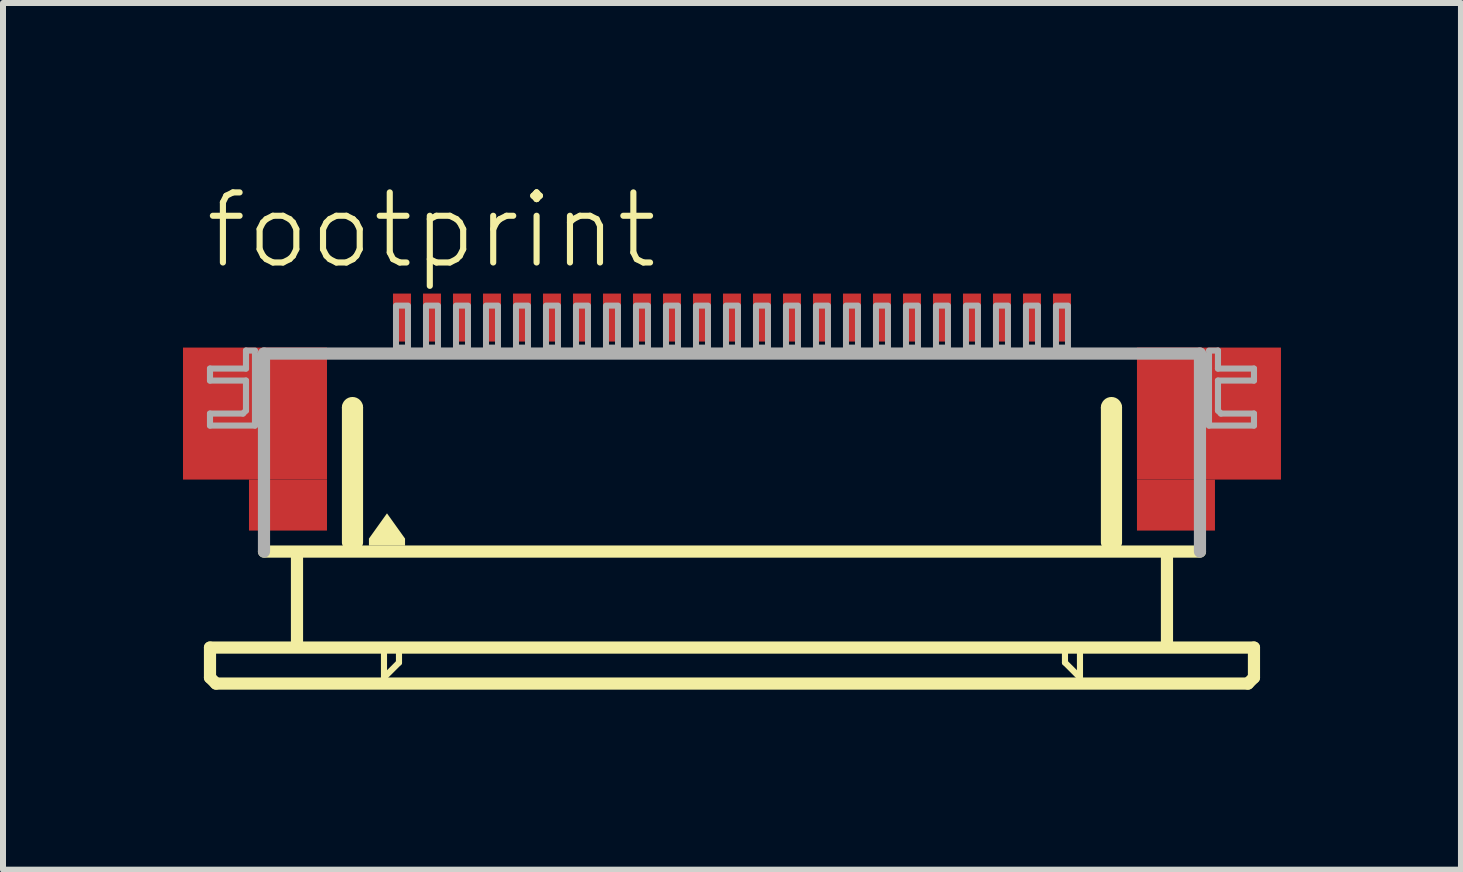
<source format=kicad_pcb>
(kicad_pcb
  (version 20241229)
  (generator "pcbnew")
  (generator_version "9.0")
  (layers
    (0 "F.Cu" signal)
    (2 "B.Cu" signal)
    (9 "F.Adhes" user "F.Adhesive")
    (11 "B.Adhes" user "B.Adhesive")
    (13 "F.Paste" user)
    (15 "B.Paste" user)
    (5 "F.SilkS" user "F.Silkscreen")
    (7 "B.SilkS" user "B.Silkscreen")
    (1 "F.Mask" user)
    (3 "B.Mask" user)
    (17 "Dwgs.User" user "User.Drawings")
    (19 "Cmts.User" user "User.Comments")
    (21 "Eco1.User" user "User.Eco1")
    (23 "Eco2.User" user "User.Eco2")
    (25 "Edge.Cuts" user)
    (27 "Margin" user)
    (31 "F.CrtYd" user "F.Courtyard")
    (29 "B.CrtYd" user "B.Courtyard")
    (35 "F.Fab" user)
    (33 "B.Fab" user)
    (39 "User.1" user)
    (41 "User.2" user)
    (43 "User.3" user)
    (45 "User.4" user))
  (footprint "footprint"
    (layer "F.Cu")
    (at 9.15 4.743)
    (property "Reference" "footprint" (at -8.83 -3.27 0) (layer "F.SilkS") (effects (font (size 1.168 1.168) (thickness 0.102)) (justify left bottom)))
    (fp_poly (pts (xy -9.15 0.2) (xy -6.75 0.2) (xy -6.75 -2) (xy -9.15 -2)) (stroke (width 0) (type solid)) (fill yes) (layer "F.Cu"))
    (fp_poly (pts (xy -8.05 1.05) (xy -6.75 1.05) (xy -6.75 0.2) (xy -8.05 0.2)) (stroke (width 0) (type solid)) (fill yes) (layer "F.Cu"))
    (fp_poly (pts (xy 6.75 0.2) (xy 9.15 0.2) (xy 9.15 -2) (xy 6.75 -2)) (stroke (width 0) (type solid)) (fill yes) (layer "F.Cu"))
    (fp_poly (pts (xy 6.75 1.05) (xy 8.05 1.05) (xy 8.05 0.2) (xy 6.75 0.2)) (stroke (width 0) (type solid)) (fill yes) (layer "F.Cu"))
    (fp_poly (pts (xy -9.15 0.2) (xy -8 0.2) (xy -8 -2) (xy -9.15 -2)) (stroke (width 0) (type solid)) (fill yes) (layer "F.Mask"))
    (fp_poly (pts (xy -8.05 1.05) (xy -6.75 1.05) (xy -6.75 -2) (xy -8.05 -2)) (stroke (width 0) (type solid)) (fill yes) (layer "F.Mask"))
    (fp_poly (pts (xy 8.05 -2) (xy 6.75 -2) (xy 6.75 1.05) (xy 8.05 1.05)) (stroke (width 0) (type solid)) (fill yes) (layer "F.Mask"))
    (fp_poly (pts (xy 9.15 -2) (xy 8 -2) (xy 8 0.2) (xy 9.15 0.2)) (stroke (width 0) (type solid)) (fill yes) (layer "F.Mask"))
    (fp_line (start -8.7 3) (end -8.7 3.5) (stroke (width 0.203) (type solid)) (layer "F.SilkS"))
    (fp_line (start -8.7 3.5) (end -8.6 3.6) (stroke (width 0.203) (type solid)) (layer "F.SilkS"))
    (fp_line (start -8.6 3.6) (end 8.6 3.6) (stroke (width 0.203) (type solid)) (layer "F.SilkS"))
    (fp_line (start -7.25 1.5) (end -7.25 2.9) (stroke (width 0.203) (type solid)) (layer "F.SilkS"))
    (fp_line (start -6.4 1.25) (end -6.4 -1) (stroke (width 0.203) (type solid)) (layer "F.SilkS"))
    (fp_line (start -6.25 -1) (end -6.25 1.25) (stroke (width 0.203) (type solid)) (layer "F.SilkS"))
    (fp_line (start -5.8 3.1) (end -5.8 3.5) (stroke (width 0.102) (type solid)) (layer "F.SilkS"))
    (fp_line (start -5.8 3.5) (end -5.55 3.25) (stroke (width 0.102) (type solid)) (layer "F.SilkS"))
    (fp_line (start -5.55 3.25) (end -5.55 3.1) (stroke (width 0.102) (type solid)) (layer "F.SilkS"))
    (fp_line (start 5.55 3.1) (end 5.55 3.25) (stroke (width 0.102) (type solid)) (layer "F.SilkS"))
    (fp_line (start 5.55 3.25) (end 5.8 3.5) (stroke (width 0.102) (type solid)) (layer "F.SilkS"))
    (fp_line (start 5.8 3.5) (end 5.8 3.1) (stroke (width 0.102) (type solid)) (layer "F.SilkS"))
    (fp_line (start 6.25 1.25) (end 6.25 -1) (stroke (width 0.203) (type solid)) (layer "F.SilkS"))
    (fp_line (start 6.4 -1) (end 6.4 1.25) (stroke (width 0.203) (type solid)) (layer "F.SilkS"))
    (fp_line (start 7.25 1.5) (end 7.25 2.9) (stroke (width 0.203) (type solid)) (layer "F.SilkS"))
    (fp_line (start 7.8 1.4) (end -7.8 1.4) (stroke (width 0.203) (type solid)) (layer "F.SilkS"))
    (fp_line (start 8.6 3.6) (end 8.7 3.5) (stroke (width 0.203) (type solid)) (layer "F.SilkS"))
    (fp_line (start 8.7 3) (end -8.7 3) (stroke (width 0.203) (type solid)) (layer "F.SilkS"))
    (fp_line (start 8.7 3.5) (end 8.7 3) (stroke (width 0.203) (type solid)) (layer "F.SilkS"))
    (fp_arc (start -6.4 -1) (mid -6.325 -1.075) (end -6.25 -1) (stroke (width 0.2032) (type solid)) (layer "F.SilkS"))
    (fp_arc (start 6.25 -1) (mid 6.325 -1.075) (end 6.4 -1) (stroke (width 0.2032) (type solid)) (layer "F.SilkS"))
    (fp_poly (pts (xy -5.449 1.184) (xy -5.449 1.301) (xy -6.051 1.301) (xy -6.051 1.184) (xy -5.75 0.763)) (stroke (width 0) (type solid)) (fill yes) (layer "F.SilkS"))
    (fp_poly (pts (xy -8.95 0.05) (xy -6.95 0.05) (xy -6.95 -1.85) (xy -8.95 -1.85)) (stroke (width 0) (type solid)) (fill yes) (layer "F.Paste"))
    (fp_poly (pts (xy 8.95 -1.85) (xy 6.95 -1.85) (xy 6.95 0.05) (xy 8.95 0.05)) (stroke (width 0) (type solid)) (fill yes) (layer "F.Paste"))
    (fp_line (start -8.7 -1.65) (end -8.7 -1.45) (stroke (width 0.102) (type solid)) (layer "F.Fab"))
    (fp_line (start -8.7 -1.45) (end -8.1 -1.45) (stroke (width 0.102) (type solid)) (layer "F.Fab"))
    (fp_line (start -8.7 -0.9) (end -8.7 -0.7) (stroke (width 0.102) (type solid)) (layer "F.Fab"))
    (fp_line (start -8.7 -0.7) (end -7.95 -0.7) (stroke (width 0.102) (type solid)) (layer "F.Fab"))
    (fp_line (start -8.15 -0.9) (end -8.7 -0.9) (stroke (width 0.102) (type solid)) (layer "F.Fab"))
    (fp_line (start -8.1 -1.95) (end -8.1 -1.65) (stroke (width 0.102) (type solid)) (layer "F.Fab"))
    (fp_line (start -8.1 -1.65) (end -8.7 -1.65) (stroke (width 0.102) (type solid)) (layer "F.Fab"))
    (fp_line (start -8.1 -1.45) (end -8.1 -0.95) (stroke (width 0.102) (type solid)) (layer "F.Fab"))
    (fp_line (start -8.1 -0.95) (end -8.15 -0.9) (stroke (width 0.102) (type solid)) (layer "F.Fab"))
    (fp_line (start -7.95 -1.95) (end -8.1 -1.95) (stroke (width 0.102) (type solid)) (layer "F.Fab"))
    (fp_line (start -7.95 -0.7) (end -7.95 -1.9) (stroke (width 0.102) (type solid)) (layer "F.Fab"))
    (fp_line (start -7.8 -1.9) (end 7.8 -1.9) (stroke (width 0.203) (type solid)) (layer "F.Fab"))
    (fp_line (start -7.8 1.4) (end -7.8 -1.9) (stroke (width 0.203) (type solid)) (layer "F.Fab"))
    (fp_line (start 7.8 -1.9) (end 7.8 1.4) (stroke (width 0.203) (type solid)) (layer "F.Fab"))
    (fp_line (start 7.95 -1.95) (end 8.1 -1.95) (stroke (width 0.102) (type solid)) (layer "F.Fab"))
    (fp_line (start 7.95 -0.7) (end 7.95 -1.9) (stroke (width 0.102) (type solid)) (layer "F.Fab"))
    (fp_line (start 8.1 -1.95) (end 8.1 -1.65) (stroke (width 0.102) (type solid)) (layer "F.Fab"))
    (fp_line (start 8.1 -1.65) (end 8.7 -1.65) (stroke (width 0.102) (type solid)) (layer "F.Fab"))
    (fp_line (start 8.1 -1.45) (end 8.1 -0.95) (stroke (width 0.102) (type solid)) (layer "F.Fab"))
    (fp_line (start 8.1 -0.95) (end 8.15 -0.9) (stroke (width 0.102) (type solid)) (layer "F.Fab"))
    (fp_line (start 8.15 -0.9) (end 8.7 -0.9) (stroke (width 0.102) (type solid)) (layer "F.Fab"))
    (fp_line (start 8.7 -1.65) (end 8.7 -1.45) (stroke (width 0.102) (type solid)) (layer "F.Fab"))
    (fp_line (start 8.7 -1.45) (end 8.1 -1.45) (stroke (width 0.102) (type solid)) (layer "F.Fab"))
    (fp_line (start 8.7 -0.9) (end 8.7 -0.7) (stroke (width 0.102) (type solid)) (layer "F.Fab"))
    (fp_line (start 8.7 -0.7) (end 7.95 -0.7) (stroke (width 0.102) (type solid)) (layer "F.Fab"))
    (fp_poly (pts (xy -5.6 -2) (xy -5.4 -2) (xy -5.4 -2.7) (xy -5.6 -2.7)) (stroke (width 0.1) (type solid)) (fill no) (layer "F.Fab"))
    (fp_poly (pts (xy -5.1 -2) (xy -4.9 -2) (xy -4.9 -2.7) (xy -5.1 -2.7)) (stroke (width 0.1) (type solid)) (fill no) (layer "F.Fab"))
    (fp_poly (pts (xy -4.6 -2) (xy -4.4 -2) (xy -4.4 -2.7) (xy -4.6 -2.7)) (stroke (width 0.1) (type solid)) (fill no) (layer "F.Fab"))
    (fp_poly (pts (xy -4.1 -2) (xy -3.9 -2) (xy -3.9 -2.7) (xy -4.1 -2.7)) (stroke (width 0.1) (type solid)) (fill no) (layer "F.Fab"))
    (fp_poly (pts (xy -3.6 -2) (xy -3.4 -2) (xy -3.4 -2.7) (xy -3.6 -2.7)) (stroke (width 0.1) (type solid)) (fill no) (layer "F.Fab"))
    (fp_poly (pts (xy -3.1 -2) (xy -2.9 -2) (xy -2.9 -2.7) (xy -3.1 -2.7)) (stroke (width 0.1) (type solid)) (fill no) (layer "F.Fab"))
    (fp_poly (pts (xy -2.6 -2) (xy -2.4 -2) (xy -2.4 -2.7) (xy -2.6 -2.7)) (stroke (width 0.1) (type solid)) (fill no) (layer "F.Fab"))
    (fp_poly (pts (xy -2.1 -2) (xy -1.9 -2) (xy -1.9 -2.7) (xy -2.1 -2.7)) (stroke (width 0.1) (type solid)) (fill no) (layer "F.Fab"))
    (fp_poly (pts (xy -1.6 -2) (xy -1.4 -2) (xy -1.4 -2.7) (xy -1.6 -2.7)) (stroke (width 0.1) (type solid)) (fill no) (layer "F.Fab"))
    (fp_poly (pts (xy -1.1 -2) (xy -0.9 -2) (xy -0.9 -2.7) (xy -1.1 -2.7)) (stroke (width 0.1) (type solid)) (fill no) (layer "F.Fab"))
    (fp_poly (pts (xy -0.6 -2) (xy -0.4 -2) (xy -0.4 -2.7) (xy -0.6 -2.7)) (stroke (width 0.1) (type solid)) (fill no) (layer "F.Fab"))
    (fp_poly (pts (xy -0.1 -2) (xy 0.1 -2) (xy 0.1 -2.7) (xy -0.1 -2.7)) (stroke (width 0.1) (type solid)) (fill no) (layer "F.Fab"))
    (fp_poly (pts (xy 0.4 -2) (xy 0.6 -2) (xy 0.6 -2.7) (xy 0.4 -2.7)) (stroke (width 0.1) (type solid)) (fill no) (layer "F.Fab"))
    (fp_poly (pts (xy 0.9 -2) (xy 1.1 -2) (xy 1.1 -2.7) (xy 0.9 -2.7)) (stroke (width 0.1) (type solid)) (fill no) (layer "F.Fab"))
    (fp_poly (pts (xy 1.4 -2) (xy 1.6 -2) (xy 1.6 -2.7) (xy 1.4 -2.7)) (stroke (width 0.1) (type solid)) (fill no) (layer "F.Fab"))
    (fp_poly (pts (xy 1.9 -2) (xy 2.1 -2) (xy 2.1 -2.7) (xy 1.9 -2.7)) (stroke (width 0.1) (type solid)) (fill no) (layer "F.Fab"))
    (fp_poly (pts (xy 2.4 -2) (xy 2.6 -2) (xy 2.6 -2.7) (xy 2.4 -2.7)) (stroke (width 0.1) (type solid)) (fill no) (layer "F.Fab"))
    (fp_poly (pts (xy 2.9 -2) (xy 3.1 -2) (xy 3.1 -2.7) (xy 2.9 -2.7)) (stroke (width 0.1) (type solid)) (fill no) (layer "F.Fab"))
    (fp_poly (pts (xy 3.4 -2) (xy 3.6 -2) (xy 3.6 -2.7) (xy 3.4 -2.7)) (stroke (width 0.1) (type solid)) (fill no) (layer "F.Fab"))
    (fp_poly (pts (xy 3.9 -2) (xy 4.1 -2) (xy 4.1 -2.7) (xy 3.9 -2.7)) (stroke (width 0.1) (type solid)) (fill no) (layer "F.Fab"))
    (fp_poly (pts (xy 4.4 -2) (xy 4.6 -2) (xy 4.6 -2.7) (xy 4.4 -2.7)) (stroke (width 0.1) (type solid)) (fill no) (layer "F.Fab"))
    (fp_poly (pts (xy 4.9 -2) (xy 5.1 -2) (xy 5.1 -2.7) (xy 4.9 -2.7)) (stroke (width 0.1) (type solid)) (fill no) (layer "F.Fab"))
    (fp_poly (pts (xy 5.4 -2) (xy 5.6 -2) (xy 5.6 -2.7) (xy 5.4 -2.7)) (stroke (width 0.1) (type solid)) (fill no) (layer "F.Fab"))
    (pad "1" smd rect (at -5.5 -2.5) (size 0.3 0.8) (layers "F.Cu" "F.Mask" "F.Paste"))
    (pad "2" smd rect (at -5 -2.5) (size 0.3 0.8) (layers "F.Cu" "F.Mask" "F.Paste"))
    (pad "3" smd rect (at -4.5 -2.5) (size 0.3 0.8) (layers "F.Cu" "F.Mask" "F.Paste"))
    (pad "4" smd rect (at -4 -2.5) (size 0.3 0.8) (layers "F.Cu" "F.Mask" "F.Paste"))
    (pad "5" smd rect (at -3.5 -2.5) (size 0.3 0.8) (layers "F.Cu" "F.Mask" "F.Paste"))
    (pad "6" smd rect (at -3 -2.5) (size 0.3 0.8) (layers "F.Cu" "F.Mask" "F.Paste"))
    (pad "7" smd rect (at -2.5 -2.5) (size 0.3 0.8) (layers "F.Cu" "F.Mask" "F.Paste"))
    (pad "8" smd rect (at -2 -2.5) (size 0.3 0.8) (layers "F.Cu" "F.Mask" "F.Paste"))
    (pad "9" smd rect (at -1.5 -2.5) (size 0.3 0.8) (layers "F.Cu" "F.Mask" "F.Paste"))
    (pad "10" smd rect (at -1 -2.5) (size 0.3 0.8) (layers "F.Cu" "F.Mask" "F.Paste"))
    (pad "11" smd rect (at -0.5 -2.5) (size 0.3 0.8) (layers "F.Cu" "F.Mask" "F.Paste"))
    (pad "12" smd rect (at 0 -2.5) (size 0.3 0.8) (layers "F.Cu" "F.Mask" "F.Paste"))
    (pad "13" smd rect (at 0.5 -2.5) (size 0.3 0.8) (layers "F.Cu" "F.Mask" "F.Paste"))
    (pad "14" smd rect (at 1 -2.5) (size 0.3 0.8) (layers "F.Cu" "F.Mask" "F.Paste"))
    (pad "15" smd rect (at 1.5 -2.5) (size 0.3 0.8) (layers "F.Cu" "F.Mask" "F.Paste"))
    (pad "16" smd rect (at 2 -2.5) (size 0.3 0.8) (layers "F.Cu" "F.Mask" "F.Paste"))
    (pad "17" smd rect (at 2.5 -2.5) (size 0.3 0.8) (layers "F.Cu" "F.Mask" "F.Paste"))
    (pad "18" smd rect (at 3 -2.5) (size 0.3 0.8) (layers "F.Cu" "F.Mask" "F.Paste"))
    (pad "19" smd rect (at 3.5 -2.5) (size 0.3 0.8) (layers "F.Cu" "F.Mask" "F.Paste"))
    (pad "20" smd rect (at 4 -2.5) (size 0.3 0.8) (layers "F.Cu" "F.Mask" "F.Paste"))
    (pad "21" smd rect (at 4.5 -2.5) (size 0.3 0.8) (layers "F.Cu" "F.Mask" "F.Paste"))
    (pad "22" smd rect (at 5 -2.5) (size 0.3 0.8) (layers "F.Cu" "F.Mask" "F.Paste"))
    (pad "23" smd rect (at 5.5 -2.5) (size 0.3 0.8) (layers "F.Cu" "F.Mask" "F.Paste")))
  (gr_rect
    (start -3 -3)
    (end 21.3 11.445)
    (stroke (width 0.1) (type default))
    (fill no)
    (layer "Edge.Cuts")))
</source>
